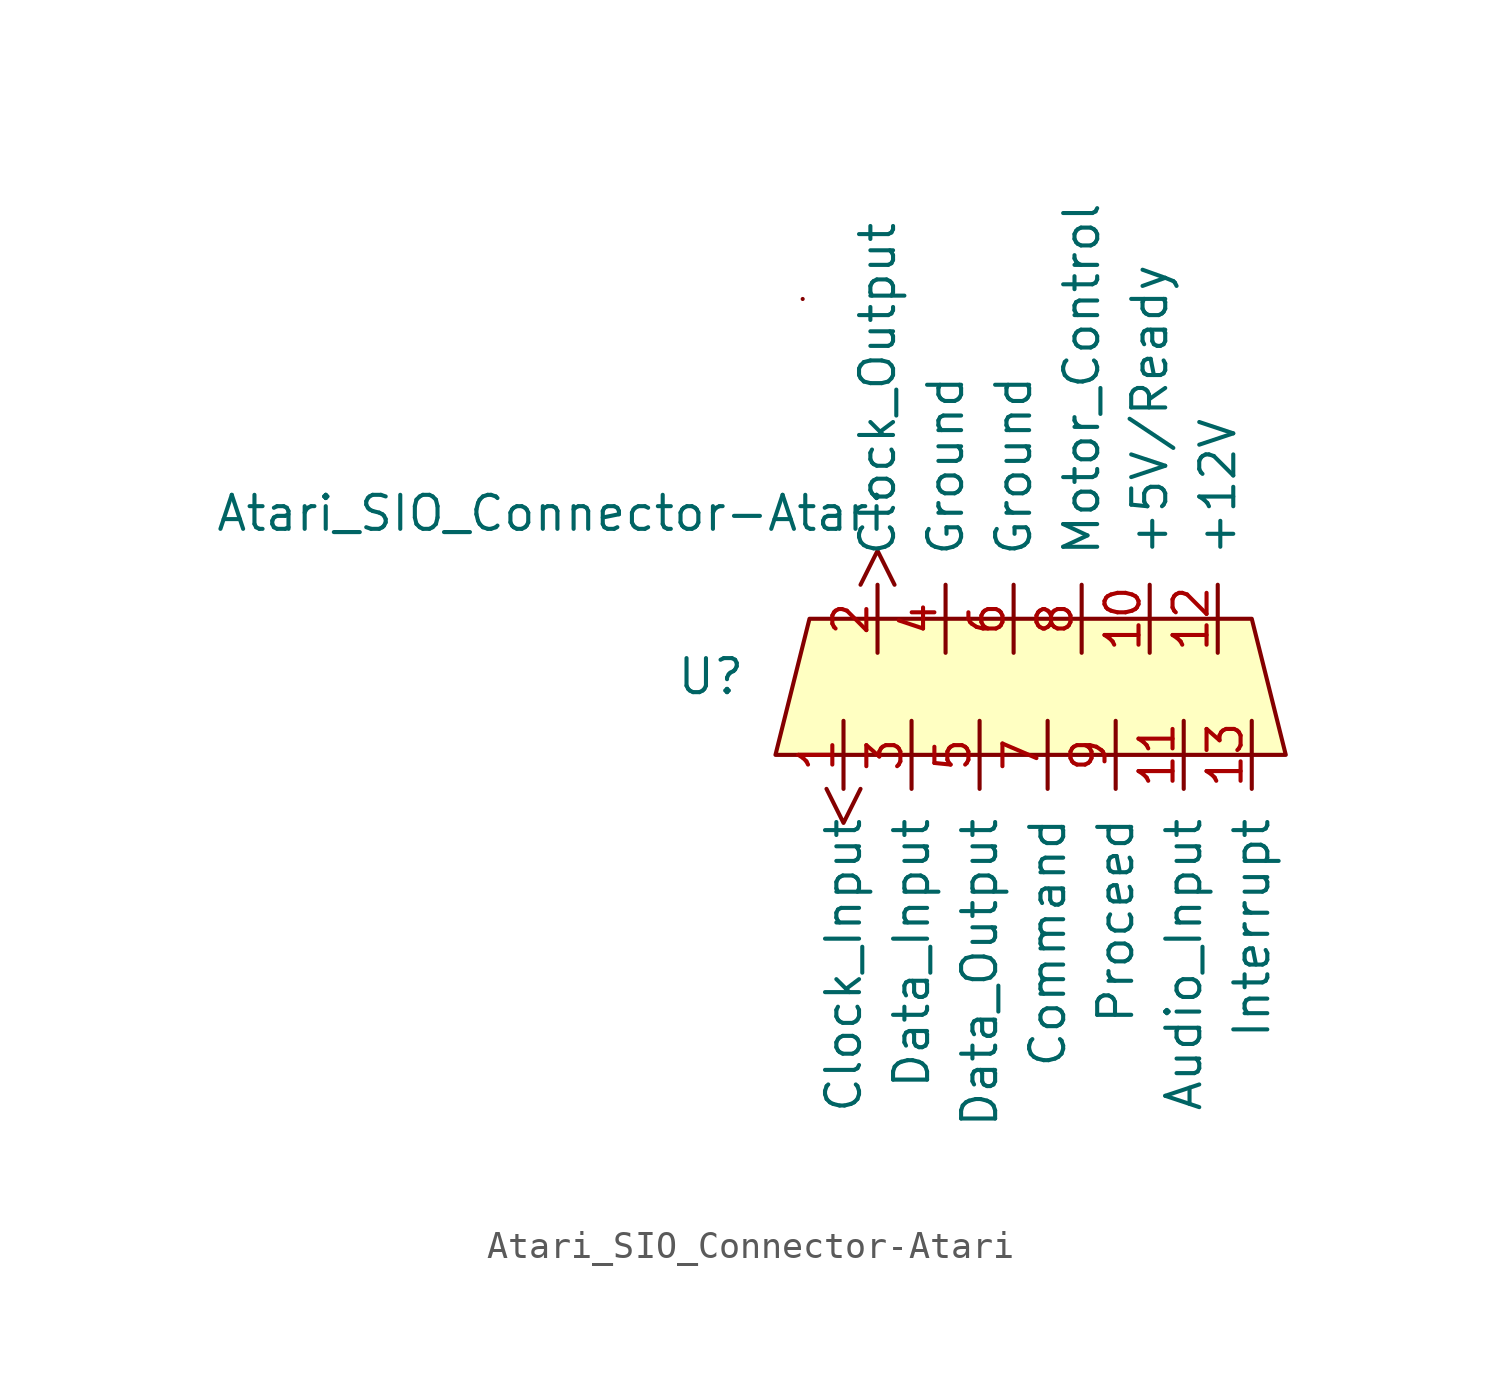
<source format=kicad_sym>
(kicad_symbol_lib
  (version 20231120)
  (generator "kicad_symbol_editor")
  (generator_version "8.0")
  (symbol "Atari_SIO_Connector-Atari"
    (pin_names
      (offset 1.016))
    (property "Reference" "U"
      (at -13.843 5.461 0)
      (effects (font (size 1.27 1.27))))
    (property "Value" "Atari_SIO_Connector-Atari"
      (at -19.812 11.557 0)
      (effects (font (size 1.27 1.27))))
    (symbol "Atari_SIO_Connector-Atari_0_1"
      (polyline (pts (xy -10.414 19.558) (xy -10.414 19.558)) (stroke (width 0) (type solid)) (fill (type none)))
      (polyline (pts (xy -10.16 7.62) (xy -11.43 2.54) (xy 7.62 2.54) (xy 6.35 7.62) (xy -10.16 7.62)) (stroke (width 0) (type solid)) (fill (type background))))
    (symbol "Atari_SIO_Connector-Atari_1_1"
      (pin input clock (at -8.89 3.81 270) (length 2.54) (name "Clock_Input" (effects (font (size 1.27 1.27)))) (number "1" (effects (font (size 1.27 1.27)))))
      (pin power_out line (at 2.54 6.35 90) (length 2.54) (name "+5V/Ready" (effects (font (size 1.27 1.27)))) (number "10" (effects (font (size 1.27 1.27)))))
      (pin input line (at 3.81 3.81 270) (length 2.54) (name "Audio_Input" (effects (font (size 1.27 1.27)))) (number "11" (effects (font (size 1.27 1.27)))))
      (pin power_in line (at 5.08 6.35 90) (length 2.54) (name "+12V" (effects (font (size 1.27 1.27)))) (number "12" (effects (font (size 1.27 1.27)))))
      (pin bidirectional line (at 6.35 3.81 270) (length 2.54) (name "Interrupt" (effects (font (size 1.27 1.27)))) (number "13" (effects (font (size 1.27 1.27)))))
      (pin output clock (at -7.62 6.35 90) (length 2.54) (name "Clock_Output" (effects (font (size 1.27 1.27)))) (number "2" (effects (font (size 1.27 1.27)))))
      (pin input line (at -6.35 3.81 270) (length 2.54) (name "Data_Input" (effects (font (size 1.27 1.27)))) (number "3" (effects (font (size 1.27 1.27)))))
      (pin passive line (at -5.08 6.35 90) (length 2.54) (name "Ground" (effects (font (size 1.27 1.27)))) (number "4" (effects (font (size 1.27 1.27)))))
      (pin output line (at -3.81 3.81 270) (length 2.54) (name "Data_Output" (effects (font (size 1.27 1.27)))) (number "5" (effects (font (size 1.27 1.27)))))
      (pin passive line (at -2.54 6.35 90) (length 2.54) (name "Ground" (effects (font (size 1.27 1.27)))) (number "6" (effects (font (size 1.27 1.27)))))
      (pin bidirectional line (at -1.27 3.81 270) (length 2.54) (name "Command" (effects (font (size 1.27 1.27)))) (number "7" (effects (font (size 1.27 1.27)))))
      (pin bidirectional line (at 0 6.35 90) (length 2.54) (name "Motor_Control" (effects (font (size 1.27 1.27)))) (number "8" (effects (font (size 1.27 1.27)))))
      (pin bidirectional line (at 1.27 3.81 270) (length 2.54) (name "Proceed" (effects (font (size 1.27 1.27)))) (number "9" (effects (font (size 1.27 1.27))))))))
</source>
